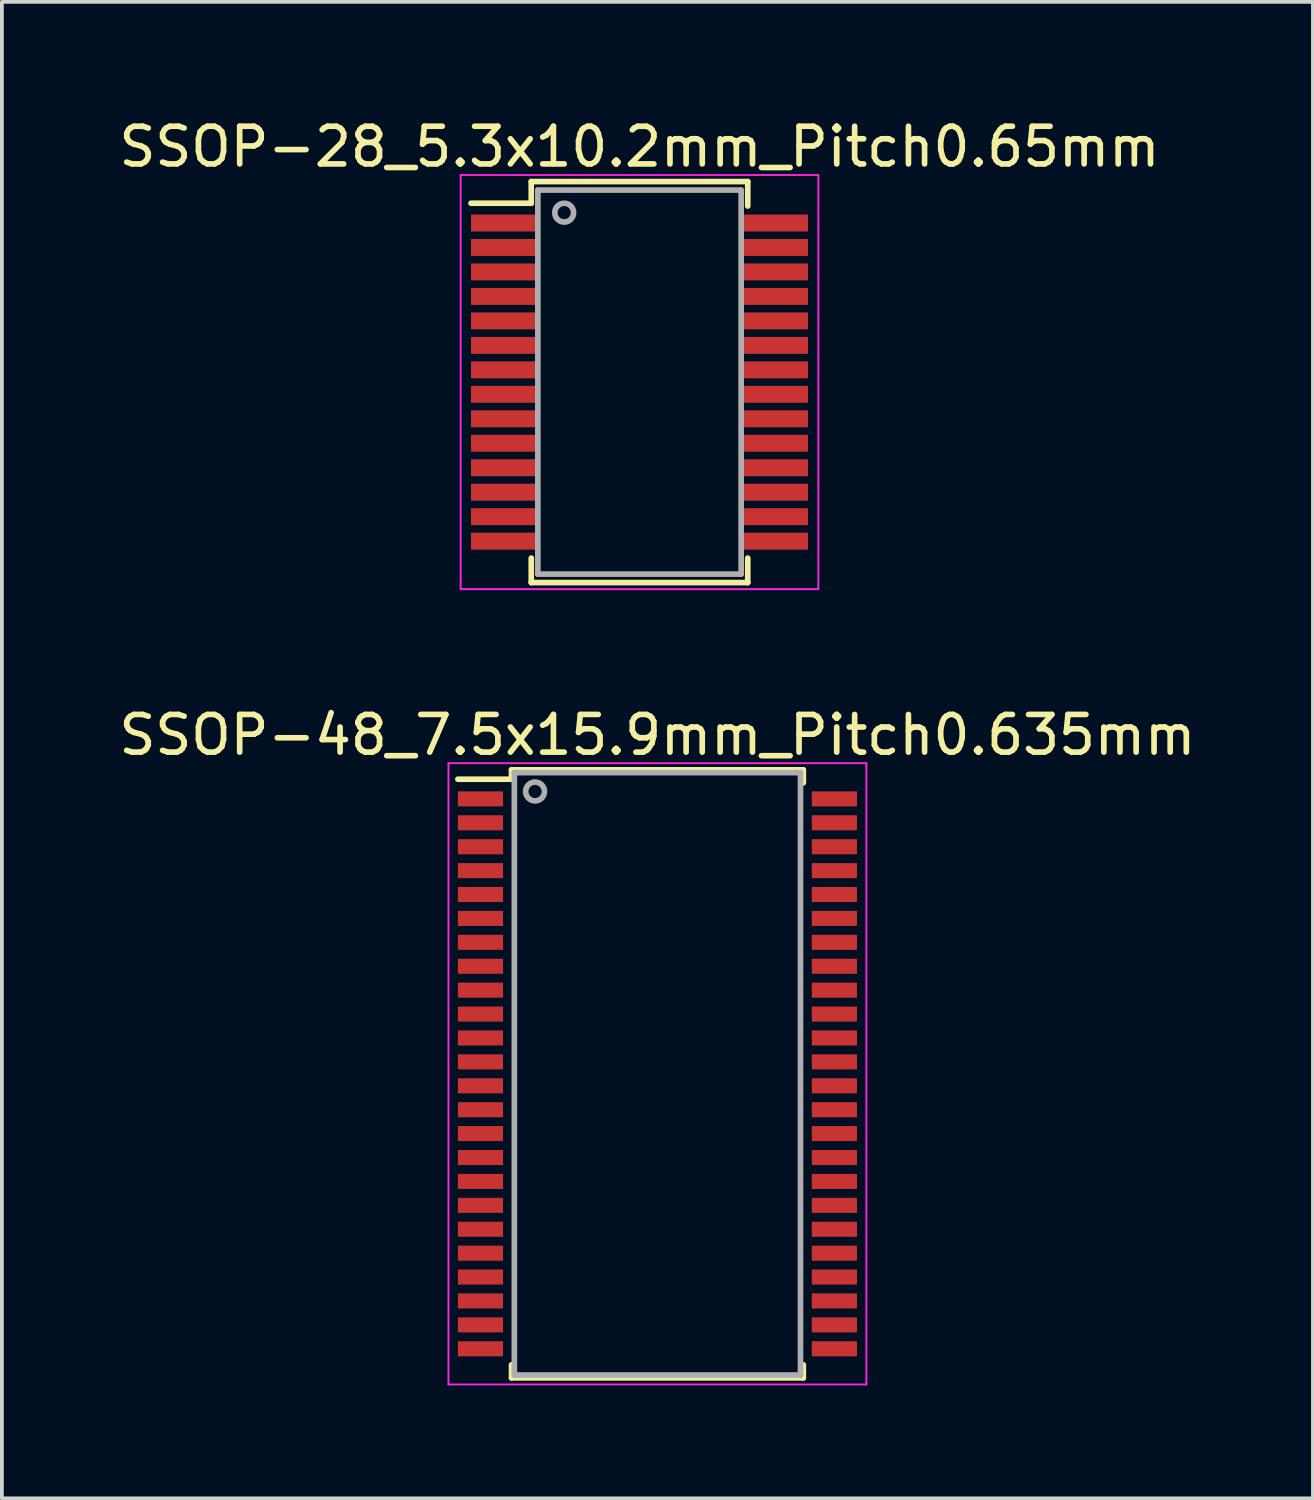
<source format=kicad_pcb>
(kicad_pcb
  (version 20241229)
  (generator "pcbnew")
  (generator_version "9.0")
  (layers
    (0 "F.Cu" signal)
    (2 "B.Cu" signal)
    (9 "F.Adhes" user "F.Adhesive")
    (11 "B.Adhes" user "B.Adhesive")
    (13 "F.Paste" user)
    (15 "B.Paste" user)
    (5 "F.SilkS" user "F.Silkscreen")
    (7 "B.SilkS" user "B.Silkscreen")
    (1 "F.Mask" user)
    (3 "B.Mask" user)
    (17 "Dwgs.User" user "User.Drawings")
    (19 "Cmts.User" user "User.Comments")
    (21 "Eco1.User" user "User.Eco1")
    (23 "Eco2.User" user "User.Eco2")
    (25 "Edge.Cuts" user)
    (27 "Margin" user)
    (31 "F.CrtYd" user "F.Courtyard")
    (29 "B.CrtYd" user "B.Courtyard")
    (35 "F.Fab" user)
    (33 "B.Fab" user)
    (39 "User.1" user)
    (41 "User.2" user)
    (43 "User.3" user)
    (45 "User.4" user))
  (footprint "SSOP-28_5.3x10.2mm_Pitch0.65mm"
    (layer "F.Cu")
    (at 13.935 7.098)
    (property "Reference" "SSOP-28_5.3x10.2mm_Pitch0.65mm" (at 0 -6.25 0) (layer "F.SilkS") (effects (font (size 1 1) (thickness 0.15))))
    (attr smd)
    (fp_line (start -2.875 -5.325) (end -2.875 -4.75) (stroke (width 0.15) (type solid)) (layer "F.SilkS"))
    (fp_line (start -2.875 -5.325) (end 2.875 -5.325) (stroke (width 0.15) (type solid)) (layer "F.SilkS"))
    (fp_line (start -2.875 -4.75) (end -4.475 -4.75) (stroke (width 0.15) (type solid)) (layer "F.SilkS"))
    (fp_line (start -2.875 5.325) (end -2.875 4.675) (stroke (width 0.15) (type solid)) (layer "F.SilkS"))
    (fp_line (start -2.875 5.325) (end 2.875 5.325) (stroke (width 0.15) (type solid)) (layer "F.SilkS"))
    (fp_line (start 2.875 -5.325) (end 2.875 -4.675) (stroke (width 0.15) (type solid)) (layer "F.SilkS"))
    (fp_line (start 2.875 5.325) (end 2.875 4.675) (stroke (width 0.15) (type solid)) (layer "F.SilkS"))
    (fp_line (start -4.75 -5.5) (end -4.75 5.5) (stroke (width 0.05) (type solid)) (layer "F.CrtYd"))
    (fp_line (start -4.75 -5.5) (end 4.75 -5.5) (stroke (width 0.05) (type solid)) (layer "F.CrtYd"))
    (fp_line (start -4.75 5.5) (end 4.75 5.5) (stroke (width 0.05) (type solid)) (layer "F.CrtYd"))
    (fp_line (start 4.75 -5.5) (end 4.75 5.5) (stroke (width 0.05) (type solid)) (layer "F.CrtYd"))
    (fp_line (start -2.7 -5.1) (end 2.7 -5.1) (stroke (width 0.15) (type solid)) (layer "F.Fab"))
    (fp_line (start -2.7 5.1) (end -2.7 -5.1) (stroke (width 0.15) (type solid)) (layer "F.Fab"))
    (fp_line (start 2.7 -5.1) (end 2.7 5.1) (stroke (width 0.15) (type solid)) (layer "F.Fab"))
    (fp_line (start 2.7 5.1) (end -2.7 5.1) (stroke (width 0.15) (type solid)) (layer "F.Fab"))
    (fp_circle (center -2 -4.5) (end -2.25 -4.5) (stroke (width 0.15) (type solid)) (fill no) (layer "F.Fab"))
    (pad "1" smd rect (at -3.6 -4.225) (size 1.75 0.45) (layers "F.Cu" "F.Mask" "F.Paste"))
    (pad "2" smd rect (at -3.6 -3.575) (size 1.75 0.45) (layers "F.Cu" "F.Mask" "F.Paste"))
    (pad "3" smd rect (at -3.6 -2.925) (size 1.75 0.45) (layers "F.Cu" "F.Mask" "F.Paste"))
    (pad "4" smd rect (at -3.6 -2.275) (size 1.75 0.45) (layers "F.Cu" "F.Mask" "F.Paste"))
    (pad "5" smd rect (at -3.6 -1.625) (size 1.75 0.45) (layers "F.Cu" "F.Mask" "F.Paste"))
    (pad "6" smd rect (at -3.6 -0.975) (size 1.75 0.45) (layers "F.Cu" "F.Mask" "F.Paste"))
    (pad "7" smd rect (at -3.6 -0.325) (size 1.75 0.45) (layers "F.Cu" "F.Mask" "F.Paste"))
    (pad "8" smd rect (at -3.6 0.325) (size 1.75 0.45) (layers "F.Cu" "F.Mask" "F.Paste"))
    (pad "9" smd rect (at -3.6 0.975) (size 1.75 0.45) (layers "F.Cu" "F.Mask" "F.Paste"))
    (pad "10" smd rect (at -3.6 1.625) (size 1.75 0.45) (layers "F.Cu" "F.Mask" "F.Paste"))
    (pad "11" smd rect (at -3.6 2.275) (size 1.75 0.45) (layers "F.Cu" "F.Mask" "F.Paste"))
    (pad "12" smd rect (at -3.6 2.925) (size 1.75 0.45) (layers "F.Cu" "F.Mask" "F.Paste"))
    (pad "13" smd rect (at -3.6 3.575) (size 1.75 0.45) (layers "F.Cu" "F.Mask" "F.Paste"))
    (pad "14" smd rect (at -3.6 4.225) (size 1.75 0.45) (layers "F.Cu" "F.Mask" "F.Paste"))
    (pad "15" smd rect (at 3.6 4.225) (size 1.75 0.45) (layers "F.Cu" "F.Mask" "F.Paste"))
    (pad "16" smd rect (at 3.6 3.575) (size 1.75 0.45) (layers "F.Cu" "F.Mask" "F.Paste"))
    (pad "17" smd rect (at 3.6 2.925) (size 1.75 0.45) (layers "F.Cu" "F.Mask" "F.Paste"))
    (pad "18" smd rect (at 3.6 2.275) (size 1.75 0.45) (layers "F.Cu" "F.Mask" "F.Paste"))
    (pad "19" smd rect (at 3.6 1.625) (size 1.75 0.45) (layers "F.Cu" "F.Mask" "F.Paste"))
    (pad "20" smd rect (at 3.6 0.975) (size 1.75 0.45) (layers "F.Cu" "F.Mask" "F.Paste"))
    (pad "21" smd rect (at 3.6 0.325) (size 1.75 0.45) (layers "F.Cu" "F.Mask" "F.Paste"))
    (pad "22" smd rect (at 3.6 -0.325) (size 1.75 0.45) (layers "F.Cu" "F.Mask" "F.Paste"))
    (pad "23" smd rect (at 3.6 -0.975) (size 1.75 0.45) (layers "F.Cu" "F.Mask" "F.Paste"))
    (pad "24" smd rect (at 3.6 -1.625) (size 1.75 0.45) (layers "F.Cu" "F.Mask" "F.Paste"))
    (pad "25" smd rect (at 3.6 -2.275) (size 1.75 0.45) (layers "F.Cu" "F.Mask" "F.Paste"))
    (pad "26" smd rect (at 3.6 -2.925) (size 1.75 0.45) (layers "F.Cu" "F.Mask" "F.Paste"))
    (pad "27" smd rect (at 3.6 -3.575) (size 1.75 0.45) (layers "F.Cu" "F.Mask" "F.Paste"))
    (pad "28" smd rect (at 3.6 -4.225) (size 1.75 0.45) (layers "F.Cu" "F.Mask" "F.Paste")))
  (footprint "SSOP-48_7.5x15.9mm_Pitch0.635mm"
    (layer "F.Cu")
    (at 14.411 25.471)
    (property "Reference" "SSOP-48_7.5x15.9mm_Pitch0.635mm" (at 0 -9 0) (layer "F.SilkS") (effects (font (size 1 1) (thickness 0.15))))
    (attr smd)
    (fp_line (start -3.875 -8.075) (end -3.875 -7.825) (stroke (width 0.15) (type solid)) (layer "F.SilkS"))
    (fp_line (start -3.875 -8.075) (end 3.875 -8.075) (stroke (width 0.15) (type solid)) (layer "F.SilkS"))
    (fp_line (start -3.875 -7.825) (end -5.3 -7.825) (stroke (width 0.15) (type solid)) (layer "F.SilkS"))
    (fp_line (start -3.875 8.075) (end -3.875 7.728) (stroke (width 0.15) (type solid)) (layer "F.SilkS"))
    (fp_line (start -3.875 8.075) (end 3.875 8.075) (stroke (width 0.15) (type solid)) (layer "F.SilkS"))
    (fp_line (start 3.875 -8.075) (end 3.875 -7.728) (stroke (width 0.15) (type solid)) (layer "F.SilkS"))
    (fp_line (start 3.875 8.075) (end 3.875 7.728) (stroke (width 0.15) (type solid)) (layer "F.SilkS"))
    (fp_line (start -5.55 -8.25) (end -5.55 8.25) (stroke (width 0.05) (type solid)) (layer "F.CrtYd"))
    (fp_line (start -5.55 -8.25) (end 5.55 -8.25) (stroke (width 0.05) (type solid)) (layer "F.CrtYd"))
    (fp_line (start -5.55 8.25) (end 5.55 8.25) (stroke (width 0.05) (type solid)) (layer "F.CrtYd"))
    (fp_line (start 5.55 -8.25) (end 5.55 8.25) (stroke (width 0.05) (type solid)) (layer "F.CrtYd"))
    (fp_line (start -3.8 -8) (end 3.8 -8) (stroke (width 0.15) (type solid)) (layer "F.Fab"))
    (fp_line (start -3.8 8) (end -3.8 -8) (stroke (width 0.15) (type solid)) (layer "F.Fab"))
    (fp_line (start 3.8 -8) (end 3.8 8) (stroke (width 0.15) (type solid)) (layer "F.Fab"))
    (fp_line (start 3.8 8) (end -3.8 8) (stroke (width 0.15) (type solid)) (layer "F.Fab"))
    (fp_circle (center -3.25 -7.5) (end -3.5 -7.5) (stroke (width 0.15) (type solid)) (fill no) (layer "F.Fab"))
    (pad "1" smd rect (at -4.7 -7.303) (size 1.2 0.4) (layers "F.Cu" "F.Mask" "F.Paste"))
    (pad "2" smd rect (at -4.7 -6.668) (size 1.2 0.4) (layers "F.Cu" "F.Mask" "F.Paste"))
    (pad "3" smd rect (at -4.7 -6.032) (size 1.2 0.4) (layers "F.Cu" "F.Mask" "F.Paste"))
    (pad "4" smd rect (at -4.7 -5.397) (size 1.2 0.4) (layers "F.Cu" "F.Mask" "F.Paste"))
    (pad "5" smd rect (at -4.7 -4.763) (size 1.2 0.4) (layers "F.Cu" "F.Mask" "F.Paste"))
    (pad "6" smd rect (at -4.7 -4.128) (size 1.2 0.4) (layers "F.Cu" "F.Mask" "F.Paste"))
    (pad "7" smd rect (at -4.7 -3.493) (size 1.2 0.4) (layers "F.Cu" "F.Mask" "F.Paste"))
    (pad "8" smd rect (at -4.7 -2.857) (size 1.2 0.4) (layers "F.Cu" "F.Mask" "F.Paste"))
    (pad "9" smd rect (at -4.7 -2.223) (size 1.2 0.4) (layers "F.Cu" "F.Mask" "F.Paste"))
    (pad "10" smd rect (at -4.7 -1.587) (size 1.2 0.4) (layers "F.Cu" "F.Mask" "F.Paste"))
    (pad "11" smd rect (at -4.7 -0.953) (size 1.2 0.4) (layers "F.Cu" "F.Mask" "F.Paste"))
    (pad "12" smd rect (at -4.7 -0.318) (size 1.2 0.4) (layers "F.Cu" "F.Mask" "F.Paste"))
    (pad "13" smd rect (at -4.7 0.318) (size 1.2 0.4) (layers "F.Cu" "F.Mask" "F.Paste"))
    (pad "14" smd rect (at -4.7 0.953) (size 1.2 0.4) (layers "F.Cu" "F.Mask" "F.Paste"))
    (pad "15" smd rect (at -4.7 1.587) (size 1.2 0.4) (layers "F.Cu" "F.Mask" "F.Paste"))
    (pad "16" smd rect (at -4.7 2.223) (size 1.2 0.4) (layers "F.Cu" "F.Mask" "F.Paste"))
    (pad "17" smd rect (at -4.7 2.857) (size 1.2 0.4) (layers "F.Cu" "F.Mask" "F.Paste"))
    (pad "18" smd rect (at -4.7 3.493) (size 1.2 0.4) (layers "F.Cu" "F.Mask" "F.Paste"))
    (pad "19" smd rect (at -4.7 4.128) (size 1.2 0.4) (layers "F.Cu" "F.Mask" "F.Paste"))
    (pad "20" smd rect (at -4.7 4.763) (size 1.2 0.4) (layers "F.Cu" "F.Mask" "F.Paste"))
    (pad "21" smd rect (at -4.7 5.397) (size 1.2 0.4) (layers "F.Cu" "F.Mask" "F.Paste"))
    (pad "22" smd rect (at -4.7 6.032) (size 1.2 0.4) (layers "F.Cu" "F.Mask" "F.Paste"))
    (pad "23" smd rect (at -4.7 6.668) (size 1.2 0.4) (layers "F.Cu" "F.Mask" "F.Paste"))
    (pad "24" smd rect (at -4.7 7.303) (size 1.2 0.4) (layers "F.Cu" "F.Mask" "F.Paste"))
    (pad "25" smd rect (at 4.7 7.303) (size 1.2 0.4) (layers "F.Cu" "F.Mask" "F.Paste"))
    (pad "26" smd rect (at 4.7 6.668) (size 1.2 0.4) (layers "F.Cu" "F.Mask" "F.Paste"))
    (pad "27" smd rect (at 4.7 6.032) (size 1.2 0.4) (layers "F.Cu" "F.Mask" "F.Paste"))
    (pad "28" smd rect (at 4.7 5.397) (size 1.2 0.4) (layers "F.Cu" "F.Mask" "F.Paste"))
    (pad "29" smd rect (at 4.7 4.763) (size 1.2 0.4) (layers "F.Cu" "F.Mask" "F.Paste"))
    (pad "30" smd rect (at 4.7 4.128) (size 1.2 0.4) (layers "F.Cu" "F.Mask" "F.Paste"))
    (pad "31" smd rect (at 4.7 3.493) (size 1.2 0.4) (layers "F.Cu" "F.Mask" "F.Paste"))
    (pad "32" smd rect (at 4.7 2.857) (size 1.2 0.4) (layers "F.Cu" "F.Mask" "F.Paste"))
    (pad "33" smd rect (at 4.7 2.223) (size 1.2 0.4) (layers "F.Cu" "F.Mask" "F.Paste"))
    (pad "34" smd rect (at 4.7 1.587) (size 1.2 0.4) (layers "F.Cu" "F.Mask" "F.Paste"))
    (pad "35" smd rect (at 4.7 0.953) (size 1.2 0.4) (layers "F.Cu" "F.Mask" "F.Paste"))
    (pad "36" smd rect (at 4.7 0.318) (size 1.2 0.4) (layers "F.Cu" "F.Mask" "F.Paste"))
    (pad "37" smd rect (at 4.7 -0.318) (size 1.2 0.4) (layers "F.Cu" "F.Mask" "F.Paste"))
    (pad "38" smd rect (at 4.7 -0.953) (size 1.2 0.4) (layers "F.Cu" "F.Mask" "F.Paste"))
    (pad "39" smd rect (at 4.7 -1.587) (size 1.2 0.4) (layers "F.Cu" "F.Mask" "F.Paste"))
    (pad "40" smd rect (at 4.7 -2.223) (size 1.2 0.4) (layers "F.Cu" "F.Mask" "F.Paste"))
    (pad "41" smd rect (at 4.7 -2.857) (size 1.2 0.4) (layers "F.Cu" "F.Mask" "F.Paste"))
    (pad "42" smd rect (at 4.7 -3.493) (size 1.2 0.4) (layers "F.Cu" "F.Mask" "F.Paste"))
    (pad "43" smd rect (at 4.7 -4.128) (size 1.2 0.4) (layers "F.Cu" "F.Mask" "F.Paste"))
    (pad "44" smd rect (at 4.7 -4.763) (size 1.2 0.4) (layers "F.Cu" "F.Mask" "F.Paste"))
    (pad "45" smd rect (at 4.7 -5.397) (size 1.2 0.4) (layers "F.Cu" "F.Mask" "F.Paste"))
    (pad "46" smd rect (at 4.7 -6.032) (size 1.2 0.4) (layers "F.Cu" "F.Mask" "F.Paste"))
    (pad "47" smd rect (at 4.7 -6.668) (size 1.2 0.4) (layers "F.Cu" "F.Mask" "F.Paste"))
    (pad "48" smd rect (at 4.7 -7.303) (size 1.2 0.4) (layers "F.Cu" "F.Mask" "F.Paste")))
  (gr_rect
    (start -3 -3)
    (end 31.821 36.746)
    (stroke (width 0.1) (type default))
    (fill no)
    (layer "Edge.Cuts")))
</source>
